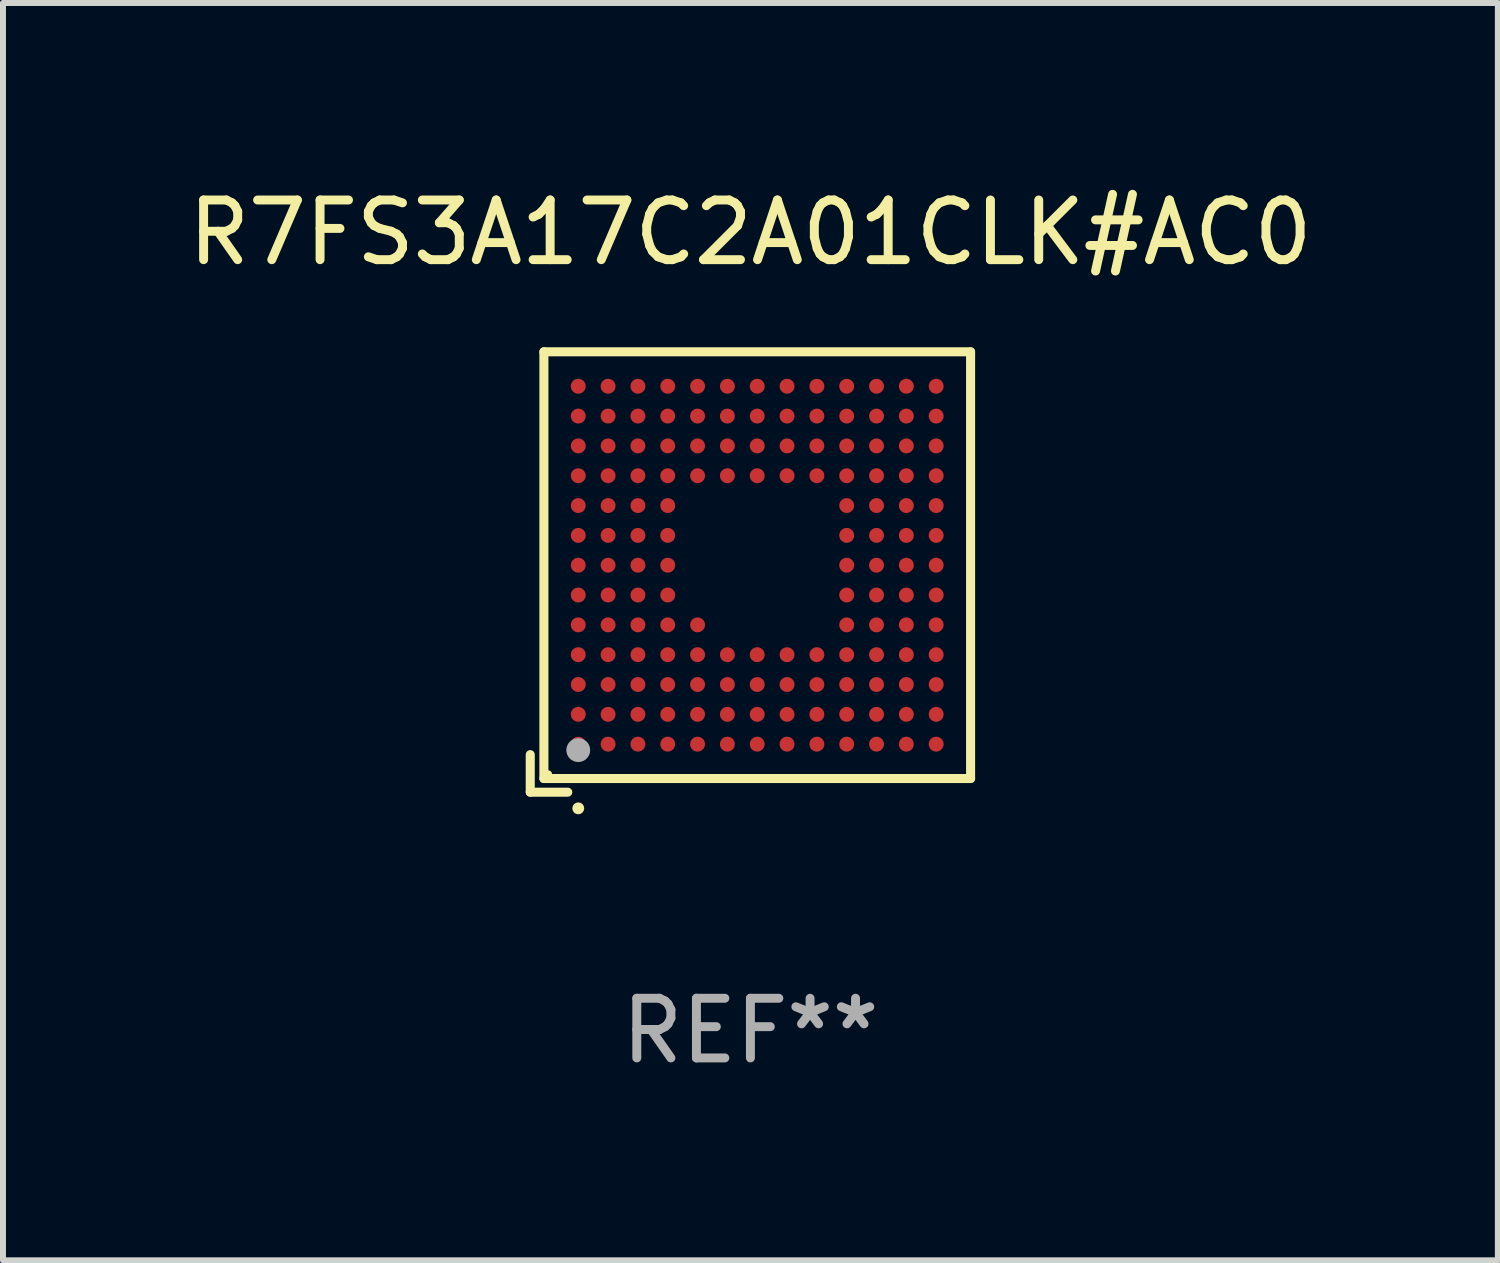
<source format=kicad_pcb>
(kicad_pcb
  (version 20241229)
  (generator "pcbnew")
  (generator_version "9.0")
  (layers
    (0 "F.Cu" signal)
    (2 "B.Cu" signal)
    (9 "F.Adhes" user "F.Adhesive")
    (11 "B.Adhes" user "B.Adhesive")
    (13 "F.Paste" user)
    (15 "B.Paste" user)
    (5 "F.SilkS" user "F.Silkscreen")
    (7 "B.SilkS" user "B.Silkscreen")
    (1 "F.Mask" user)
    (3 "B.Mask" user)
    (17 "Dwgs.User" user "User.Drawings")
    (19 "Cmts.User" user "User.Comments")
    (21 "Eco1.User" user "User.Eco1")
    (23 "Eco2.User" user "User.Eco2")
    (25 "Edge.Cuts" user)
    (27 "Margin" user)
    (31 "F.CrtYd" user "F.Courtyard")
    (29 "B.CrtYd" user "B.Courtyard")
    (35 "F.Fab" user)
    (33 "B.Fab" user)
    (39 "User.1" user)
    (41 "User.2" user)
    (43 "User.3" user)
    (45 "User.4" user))
  (footprint "R7FS3A17C2A01CLK#AC0"
    (layer "F.Cu")
    (at 9.53 6.539)
    (property "Reference" "R7FS3A17C2A01CLK#AC0" (at 0 -5.691 0) (layer "F.SilkS") (effects (font (size 1 1) (thickness 0.15))))
    (attr through_hole)
    (fp_line (start -3.691 3.062) (end -3.691 3.691) (stroke (width 0.152) (type solid)) (layer "F.SilkS"))
    (fp_line (start -3.691 3.691) (end -3.062 3.691) (stroke (width 0.152) (type solid)) (layer "F.SilkS"))
    (fp_line (start -3.462 -3.691) (end 3.691 -3.691) (stroke (width 0.152) (type solid)) (layer "F.SilkS"))
    (fp_line (start -3.462 3.462) (end -3.462 -3.691) (stroke (width 0.152) (type solid)) (layer "F.SilkS"))
    (fp_line (start 3.691 -3.691) (end 3.691 3.462) (stroke (width 0.152) (type solid)) (layer "F.SilkS"))
    (fp_line (start 3.691 3.462) (end -3.462 3.462) (stroke (width 0.152) (type solid)) (layer "F.SilkS"))
    (fp_circle (center -3.386 3.386) (end -3.356 3.386) (stroke (width 0.06) (type solid)) (fill no) (layer "F.SilkS"))
    (fp_circle (center -2.886 3.962) (end -2.836 3.962) (stroke (width 0.1) (type solid)) (fill no) (layer "F.SilkS"))
    (fp_circle (center -2.886 2.986) (end -2.786 2.986) (stroke (width 0.2) (type solid)) (fill no) (layer "F.Fab"))
    (fp_text user "REF**" (at 0 7.691 0) (layer "F.Fab") (effects (font (size 1 1) (thickness 0.15))))
    (pad "A1" smd circle (at -2.886 2.886) (size 0.25 0.25) (layers "F.Cu" "F.Mask" "F.Paste"))
    (pad "A2" smd circle (at -2.886 2.386) (size 0.25 0.25) (layers "F.Cu" "F.Mask" "F.Paste"))
    (pad "A3" smd circle (at -2.886 1.886) (size 0.25 0.25) (layers "F.Cu" "F.Mask" "F.Paste"))
    (pad "A4" smd circle (at -2.886 1.386) (size 0.25 0.25) (layers "F.Cu" "F.Mask" "F.Paste"))
    (pad "A5" smd circle (at -2.886 0.886) (size 0.25 0.25) (layers "F.Cu" "F.Mask" "F.Paste"))
    (pad "A6" smd circle (at -2.886 0.386) (size 0.25 0.25) (layers "F.Cu" "F.Mask" "F.Paste"))
    (pad "A7" smd circle (at -2.886 -0.114) (size 0.25 0.25) (layers "F.Cu" "F.Mask" "F.Paste"))
    (pad "A8" smd circle (at -2.886 -0.614) (size 0.25 0.25) (layers "F.Cu" "F.Mask" "F.Paste"))
    (pad "A9" smd circle (at -2.886 -1.114) (size 0.25 0.25) (layers "F.Cu" "F.Mask" "F.Paste"))
    (pad "A10" smd circle (at -2.886 -1.614) (size 0.25 0.25) (layers "F.Cu" "F.Mask" "F.Paste"))
    (pad "A11" smd circle (at -2.886 -2.114) (size 0.25 0.25) (layers "F.Cu" "F.Mask" "F.Paste"))
    (pad "A12" smd circle (at -2.886 -2.614) (size 0.25 0.25) (layers "F.Cu" "F.Mask" "F.Paste"))
    (pad "A13" smd circle (at -2.886 -3.114) (size 0.25 0.25) (layers "F.Cu" "F.Mask" "F.Paste"))
    (pad "B1" smd circle (at -2.386 2.886) (size 0.25 0.25) (layers "F.Cu" "F.Mask" "F.Paste"))
    (pad "B2" smd circle (at -2.386 2.386) (size 0.25 0.25) (layers "F.Cu" "F.Mask" "F.Paste"))
    (pad "B3" smd circle (at -2.386 1.886) (size 0.25 0.25) (layers "F.Cu" "F.Mask" "F.Paste"))
    (pad "B4" smd circle (at -2.386 1.386) (size 0.25 0.25) (layers "F.Cu" "F.Mask" "F.Paste"))
    (pad "B5" smd circle (at -2.386 0.886) (size 0.25 0.25) (layers "F.Cu" "F.Mask" "F.Paste"))
    (pad "B6" smd circle (at -2.386 0.386) (size 0.25 0.25) (layers "F.Cu" "F.Mask" "F.Paste"))
    (pad "B7" smd circle (at -2.386 -0.114) (size 0.25 0.25) (layers "F.Cu" "F.Mask" "F.Paste"))
    (pad "B8" smd circle (at -2.386 -0.614) (size 0.25 0.25) (layers "F.Cu" "F.Mask" "F.Paste"))
    (pad "B9" smd circle (at -2.386 -1.114) (size 0.25 0.25) (layers "F.Cu" "F.Mask" "F.Paste"))
    (pad "B10" smd circle (at -2.386 -1.614) (size 0.25 0.25) (layers "F.Cu" "F.Mask" "F.Paste"))
    (pad "B11" smd circle (at -2.386 -2.114) (size 0.25 0.25) (layers "F.Cu" "F.Mask" "F.Paste"))
    (pad "B12" smd circle (at -2.386 -2.614) (size 0.25 0.25) (layers "F.Cu" "F.Mask" "F.Paste"))
    (pad "B13" smd circle (at -2.386 -3.114) (size 0.25 0.25) (layers "F.Cu" "F.Mask" "F.Paste"))
    (pad "C1" smd circle (at -1.886 2.886) (size 0.25 0.25) (layers "F.Cu" "F.Mask" "F.Paste"))
    (pad "C2" smd circle (at -1.886 2.386) (size 0.25 0.25) (layers "F.Cu" "F.Mask" "F.Paste"))
    (pad "C3" smd circle (at -1.886 1.886) (size 0.25 0.25) (layers "F.Cu" "F.Mask" "F.Paste"))
    (pad "C4" smd circle (at -1.886 1.386) (size 0.25 0.25) (layers "F.Cu" "F.Mask" "F.Paste"))
    (pad "C5" smd circle (at -1.886 0.886) (size 0.25 0.25) (layers "F.Cu" "F.Mask" "F.Paste"))
    (pad "C6" smd circle (at -1.886 0.386) (size 0.25 0.25) (layers "F.Cu" "F.Mask" "F.Paste"))
    (pad "C7" smd circle (at -1.886 -0.114) (size 0.25 0.25) (layers "F.Cu" "F.Mask" "F.Paste"))
    (pad "C8" smd circle (at -1.886 -0.614) (size 0.25 0.25) (layers "F.Cu" "F.Mask" "F.Paste"))
    (pad "C9" smd circle (at -1.886 -1.114) (size 0.25 0.25) (layers "F.Cu" "F.Mask" "F.Paste"))
    (pad "C10" smd circle (at -1.886 -1.614) (size 0.25 0.25) (layers "F.Cu" "F.Mask" "F.Paste"))
    (pad "C11" smd circle (at -1.886 -2.114) (size 0.25 0.25) (layers "F.Cu" "F.Mask" "F.Paste"))
    (pad "C12" smd circle (at -1.886 -2.614) (size 0.25 0.25) (layers "F.Cu" "F.Mask" "F.Paste"))
    (pad "C13" smd circle (at -1.886 -3.114) (size 0.25 0.25) (layers "F.Cu" "F.Mask" "F.Paste"))
    (pad "D1" smd circle (at -1.386 2.886) (size 0.25 0.25) (layers "F.Cu" "F.Mask" "F.Paste"))
    (pad "D2" smd circle (at -1.386 2.386) (size 0.25 0.25) (layers "F.Cu" "F.Mask" "F.Paste"))
    (pad "D3" smd circle (at -1.386 1.886) (size 0.25 0.25) (layers "F.Cu" "F.Mask" "F.Paste"))
    (pad "D4" smd circle (at -1.386 1.386) (size 0.25 0.25) (layers "F.Cu" "F.Mask" "F.Paste"))
    (pad "D5" smd circle (at -1.386 0.886) (size 0.25 0.25) (layers "F.Cu" "F.Mask" "F.Paste"))
    (pad "D6" smd circle (at -1.386 0.386) (size 0.25 0.25) (layers "F.Cu" "F.Mask" "F.Paste"))
    (pad "D7" smd circle (at -1.386 -0.114) (size 0.25 0.25) (layers "F.Cu" "F.Mask" "F.Paste"))
    (pad "D8" smd circle (at -1.386 -0.614) (size 0.25 0.25) (layers "F.Cu" "F.Mask" "F.Paste"))
    (pad "D9" smd circle (at -1.386 -1.114) (size 0.25 0.25) (layers "F.Cu" "F.Mask" "F.Paste"))
    (pad "D10" smd circle (at -1.386 -1.614) (size 0.25 0.25) (layers "F.Cu" "F.Mask" "F.Paste"))
    (pad "D11" smd circle (at -1.386 -2.114) (size 0.25 0.25) (layers "F.Cu" "F.Mask" "F.Paste"))
    (pad "D12" smd circle (at -1.386 -2.614) (size 0.25 0.25) (layers "F.Cu" "F.Mask" "F.Paste"))
    (pad "D13" smd circle (at -1.386 -3.114) (size 0.25 0.25) (layers "F.Cu" "F.Mask" "F.Paste"))
    (pad "E1" smd circle (at -0.886 2.886) (size 0.25 0.25) (layers "F.Cu" "F.Mask" "F.Paste"))
    (pad "E2" smd circle (at -0.886 2.386) (size 0.25 0.25) (layers "F.Cu" "F.Mask" "F.Paste"))
    (pad "E3" smd circle (at -0.886 1.886) (size 0.25 0.25) (layers "F.Cu" "F.Mask" "F.Paste"))
    (pad "E4" smd circle (at -0.886 1.386) (size 0.25 0.25) (layers "F.Cu" "F.Mask" "F.Paste"))
    (pad "E5" smd circle (at -0.886 0.886) (size 0.25 0.25) (layers "F.Cu" "F.Mask" "F.Paste"))
    (pad "E10" smd circle (at -0.886 -1.614) (size 0.25 0.25) (layers "F.Cu" "F.Mask" "F.Paste"))
    (pad "E11" smd circle (at -0.886 -2.114) (size 0.25 0.25) (layers "F.Cu" "F.Mask" "F.Paste"))
    (pad "E12" smd circle (at -0.886 -2.614) (size 0.25 0.25) (layers "F.Cu" "F.Mask" "F.Paste"))
    (pad "E13" smd circle (at -0.886 -3.114) (size 0.25 0.25) (layers "F.Cu" "F.Mask" "F.Paste"))
    (pad "F1" smd circle (at -0.386 2.886) (size 0.25 0.25) (layers "F.Cu" "F.Mask" "F.Paste"))
    (pad "F2" smd circle (at -0.386 2.386) (size 0.25 0.25) (layers "F.Cu" "F.Mask" "F.Paste"))
    (pad "F3" smd circle (at -0.386 1.886) (size 0.25 0.25) (layers "F.Cu" "F.Mask" "F.Paste"))
    (pad "F4" smd circle (at -0.386 1.386) (size 0.25 0.25) (layers "F.Cu" "F.Mask" "F.Paste"))
    (pad "F10" smd circle (at -0.386 -1.614) (size 0.25 0.25) (layers "F.Cu" "F.Mask" "F.Paste"))
    (pad "F11" smd circle (at -0.386 -2.114) (size 0.25 0.25) (layers "F.Cu" "F.Mask" "F.Paste"))
    (pad "F12" smd circle (at -0.386 -2.614) (size 0.25 0.25) (layers "F.Cu" "F.Mask" "F.Paste"))
    (pad "F13" smd circle (at -0.386 -3.114) (size 0.25 0.25) (layers "F.Cu" "F.Mask" "F.Paste"))
    (pad "G1" smd circle (at 0.114 2.886) (size 0.25 0.25) (layers "F.Cu" "F.Mask" "F.Paste"))
    (pad "G2" smd circle (at 0.114 2.386) (size 0.25 0.25) (layers "F.Cu" "F.Mask" "F.Paste"))
    (pad "G3" smd circle (at 0.114 1.886) (size 0.25 0.25) (layers "F.Cu" "F.Mask" "F.Paste"))
    (pad "G4" smd circle (at 0.114 1.386) (size 0.25 0.25) (layers "F.Cu" "F.Mask" "F.Paste"))
    (pad "G10" smd circle (at 0.114 -1.614) (size 0.25 0.25) (layers "F.Cu" "F.Mask" "F.Paste"))
    (pad "G11" smd circle (at 0.114 -2.114) (size 0.25 0.25) (layers "F.Cu" "F.Mask" "F.Paste"))
    (pad "G12" smd circle (at 0.114 -2.614) (size 0.25 0.25) (layers "F.Cu" "F.Mask" "F.Paste"))
    (pad "G13" smd circle (at 0.114 -3.114) (size 0.25 0.25) (layers "F.Cu" "F.Mask" "F.Paste"))
    (pad "H1" smd circle (at 0.614 2.886) (size 0.25 0.25) (layers "F.Cu" "F.Mask" "F.Paste"))
    (pad "H2" smd circle (at 0.614 2.386) (size 0.25 0.25) (layers "F.Cu" "F.Mask" "F.Paste"))
    (pad "H3" smd circle (at 0.614 1.886) (size 0.25 0.25) (layers "F.Cu" "F.Mask" "F.Paste"))
    (pad "H4" smd circle (at 0.614 1.386) (size 0.25 0.25) (layers "F.Cu" "F.Mask" "F.Paste"))
    (pad "H10" smd circle (at 0.614 -1.614) (size 0.25 0.25) (layers "F.Cu" "F.Mask" "F.Paste"))
    (pad "H11" smd circle (at 0.614 -2.114) (size 0.25 0.25) (layers "F.Cu" "F.Mask" "F.Paste"))
    (pad "H12" smd circle (at 0.614 -2.614) (size 0.25 0.25) (layers "F.Cu" "F.Mask" "F.Paste"))
    (pad "H13" smd circle (at 0.614 -3.114) (size 0.25 0.25) (layers "F.Cu" "F.Mask" "F.Paste"))
    (pad "J1" smd circle (at 1.114 2.886) (size 0.25 0.25) (layers "F.Cu" "F.Mask" "F.Paste"))
    (pad "J2" smd circle (at 1.114 2.386) (size 0.25 0.25) (layers "F.Cu" "F.Mask" "F.Paste"))
    (pad "J3" smd circle (at 1.114 1.886) (size 0.25 0.25) (layers "F.Cu" "F.Mask" "F.Paste"))
    (pad "J4" smd circle (at 1.114 1.386) (size 0.25 0.25) (layers "F.Cu" "F.Mask" "F.Paste"))
    (pad "J10" smd circle (at 1.114 -1.614) (size 0.25 0.25) (layers "F.Cu" "F.Mask" "F.Paste"))
    (pad "J11" smd circle (at 1.114 -2.114) (size 0.25 0.25) (layers "F.Cu" "F.Mask" "F.Paste"))
    (pad "J12" smd circle (at 1.114 -2.614) (size 0.25 0.25) (layers "F.Cu" "F.Mask" "F.Paste"))
    (pad "J13" smd circle (at 1.114 -3.114) (size 0.25 0.25) (layers "F.Cu" "F.Mask" "F.Paste"))
    (pad "K1" smd circle (at 1.614 2.886) (size 0.25 0.25) (layers "F.Cu" "F.Mask" "F.Paste"))
    (pad "K2" smd circle (at 1.614 2.386) (size 0.25 0.25) (layers "F.Cu" "F.Mask" "F.Paste"))
    (pad "K3" smd circle (at 1.614 1.886) (size 0.25 0.25) (layers "F.Cu" "F.Mask" "F.Paste"))
    (pad "K4" smd circle (at 1.614 1.386) (size 0.25 0.25) (layers "F.Cu" "F.Mask" "F.Paste"))
    (pad "K5" smd circle (at 1.614 0.886) (size 0.25 0.25) (layers "F.Cu" "F.Mask" "F.Paste"))
    (pad "K6" smd circle (at 1.614 0.386) (size 0.25 0.25) (layers "F.Cu" "F.Mask" "F.Paste"))
    (pad "K7" smd circle (at 1.614 -0.114) (size 0.25 0.25) (layers "F.Cu" "F.Mask" "F.Paste"))
    (pad "K8" smd circle (at 1.614 -0.614) (size 0.25 0.25) (layers "F.Cu" "F.Mask" "F.Paste"))
    (pad "K9" smd circle (at 1.614 -1.114) (size 0.25 0.25) (layers "F.Cu" "F.Mask" "F.Paste"))
    (pad "K10" smd circle (at 1.614 -1.614) (size 0.25 0.25) (layers "F.Cu" "F.Mask" "F.Paste"))
    (pad "K11" smd circle (at 1.614 -2.114) (size 0.25 0.25) (layers "F.Cu" "F.Mask" "F.Paste"))
    (pad "K12" smd circle (at 1.614 -2.614) (size 0.25 0.25) (layers "F.Cu" "F.Mask" "F.Paste"))
    (pad "K13" smd circle (at 1.614 -3.114) (size 0.25 0.25) (layers "F.Cu" "F.Mask" "F.Paste"))
    (pad "L1" smd circle (at 2.114 2.886) (size 0.25 0.25) (layers "F.Cu" "F.Mask" "F.Paste"))
    (pad "L2" smd circle (at 2.114 2.386) (size 0.25 0.25) (layers "F.Cu" "F.Mask" "F.Paste"))
    (pad "L3" smd circle (at 2.114 1.886) (size 0.25 0.25) (layers "F.Cu" "F.Mask" "F.Paste"))
    (pad "L4" smd circle (at 2.114 1.386) (size 0.25 0.25) (layers "F.Cu" "F.Mask" "F.Paste"))
    (pad "L5" smd circle (at 2.114 0.886) (size 0.25 0.25) (layers "F.Cu" "F.Mask" "F.Paste"))
    (pad "L6" smd circle (at 2.114 0.386) (size 0.25 0.25) (layers "F.Cu" "F.Mask" "F.Paste"))
    (pad "L7" smd circle (at 2.114 -0.114) (size 0.25 0.25) (layers "F.Cu" "F.Mask" "F.Paste"))
    (pad "L8" smd circle (at 2.114 -0.614) (size 0.25 0.25) (layers "F.Cu" "F.Mask" "F.Paste"))
    (pad "L9" smd circle (at 2.114 -1.114) (size 0.25 0.25) (layers "F.Cu" "F.Mask" "F.Paste"))
    (pad "L10" smd circle (at 2.114 -1.614) (size 0.25 0.25) (layers "F.Cu" "F.Mask" "F.Paste"))
    (pad "L11" smd circle (at 2.114 -2.114) (size 0.25 0.25) (layers "F.Cu" "F.Mask" "F.Paste"))
    (pad "L12" smd circle (at 2.114 -2.614) (size 0.25 0.25) (layers "F.Cu" "F.Mask" "F.Paste"))
    (pad "L13" smd circle (at 2.114 -3.114) (size 0.25 0.25) (layers "F.Cu" "F.Mask" "F.Paste"))
    (pad "M1" smd circle (at 2.614 2.886) (size 0.25 0.25) (layers "F.Cu" "F.Mask" "F.Paste"))
    (pad "M2" smd circle (at 2.614 2.386) (size 0.25 0.25) (layers "F.Cu" "F.Mask" "F.Paste"))
    (pad "M3" smd circle (at 2.614 1.886) (size 0.25 0.25) (layers "F.Cu" "F.Mask" "F.Paste"))
    (pad "M4" smd circle (at 2.614 1.386) (size 0.25 0.25) (layers "F.Cu" "F.Mask" "F.Paste"))
    (pad "M5" smd circle (at 2.614 0.886) (size 0.25 0.25) (layers "F.Cu" "F.Mask" "F.Paste"))
    (pad "M6" smd circle (at 2.614 0.386) (size 0.25 0.25) (layers "F.Cu" "F.Mask" "F.Paste"))
    (pad "M7" smd circle (at 2.614 -0.114) (size 0.25 0.25) (layers "F.Cu" "F.Mask" "F.Paste"))
    (pad "M8" smd circle (at 2.614 -0.614) (size 0.25 0.25) (layers "F.Cu" "F.Mask" "F.Paste"))
    (pad "M9" smd circle (at 2.614 -1.114) (size 0.25 0.25) (layers "F.Cu" "F.Mask" "F.Paste"))
    (pad "M10" smd circle (at 2.614 -1.614) (size 0.25 0.25) (layers "F.Cu" "F.Mask" "F.Paste"))
    (pad "M11" smd circle (at 2.614 -2.114) (size 0.25 0.25) (layers "F.Cu" "F.Mask" "F.Paste"))
    (pad "M12" smd circle (at 2.614 -2.614) (size 0.25 0.25) (layers "F.Cu" "F.Mask" "F.Paste"))
    (pad "M13" smd circle (at 2.614 -3.114) (size 0.25 0.25) (layers "F.Cu" "F.Mask" "F.Paste"))
    (pad "N1" smd circle (at 3.114 2.886) (size 0.25 0.25) (layers "F.Cu" "F.Mask" "F.Paste"))
    (pad "N2" smd circle (at 3.114 2.386) (size 0.25 0.25) (layers "F.Cu" "F.Mask" "F.Paste"))
    (pad "N3" smd circle (at 3.114 1.886) (size 0.25 0.25) (layers "F.Cu" "F.Mask" "F.Paste"))
    (pad "N4" smd circle (at 3.114 1.386) (size 0.25 0.25) (layers "F.Cu" "F.Mask" "F.Paste"))
    (pad "N5" smd circle (at 3.114 0.886) (size 0.25 0.25) (layers "F.Cu" "F.Mask" "F.Paste"))
    (pad "N6" smd circle (at 3.114 0.386) (size 0.25 0.25) (layers "F.Cu" "F.Mask" "F.Paste"))
    (pad "N7" smd circle (at 3.114 -0.114) (size 0.25 0.25) (layers "F.Cu" "F.Mask" "F.Paste"))
    (pad "N8" smd circle (at 3.114 -0.614) (size 0.25 0.25) (layers "F.Cu" "F.Mask" "F.Paste"))
    (pad "N9" smd circle (at 3.114 -1.114) (size 0.25 0.25) (layers "F.Cu" "F.Mask" "F.Paste"))
    (pad "N10" smd circle (at 3.114 -1.614) (size 0.25 0.25) (layers "F.Cu" "F.Mask" "F.Paste"))
    (pad "N11" smd circle (at 3.114 -2.114) (size 0.25 0.25) (layers "F.Cu" "F.Mask" "F.Paste"))
    (pad "N12" smd circle (at 3.114 -2.614) (size 0.25 0.25) (layers "F.Cu" "F.Mask" "F.Paste"))
    (pad "N13" smd circle (at 3.114 -3.114) (size 0.25 0.25) (layers "F.Cu" "F.Mask" "F.Paste")))
  (gr_rect
    (start -3 -3)
    (end 22.06 18.078)
    (stroke (width 0.1) (type default))
    (fill no)
    (layer "Edge.Cuts")))
</source>
